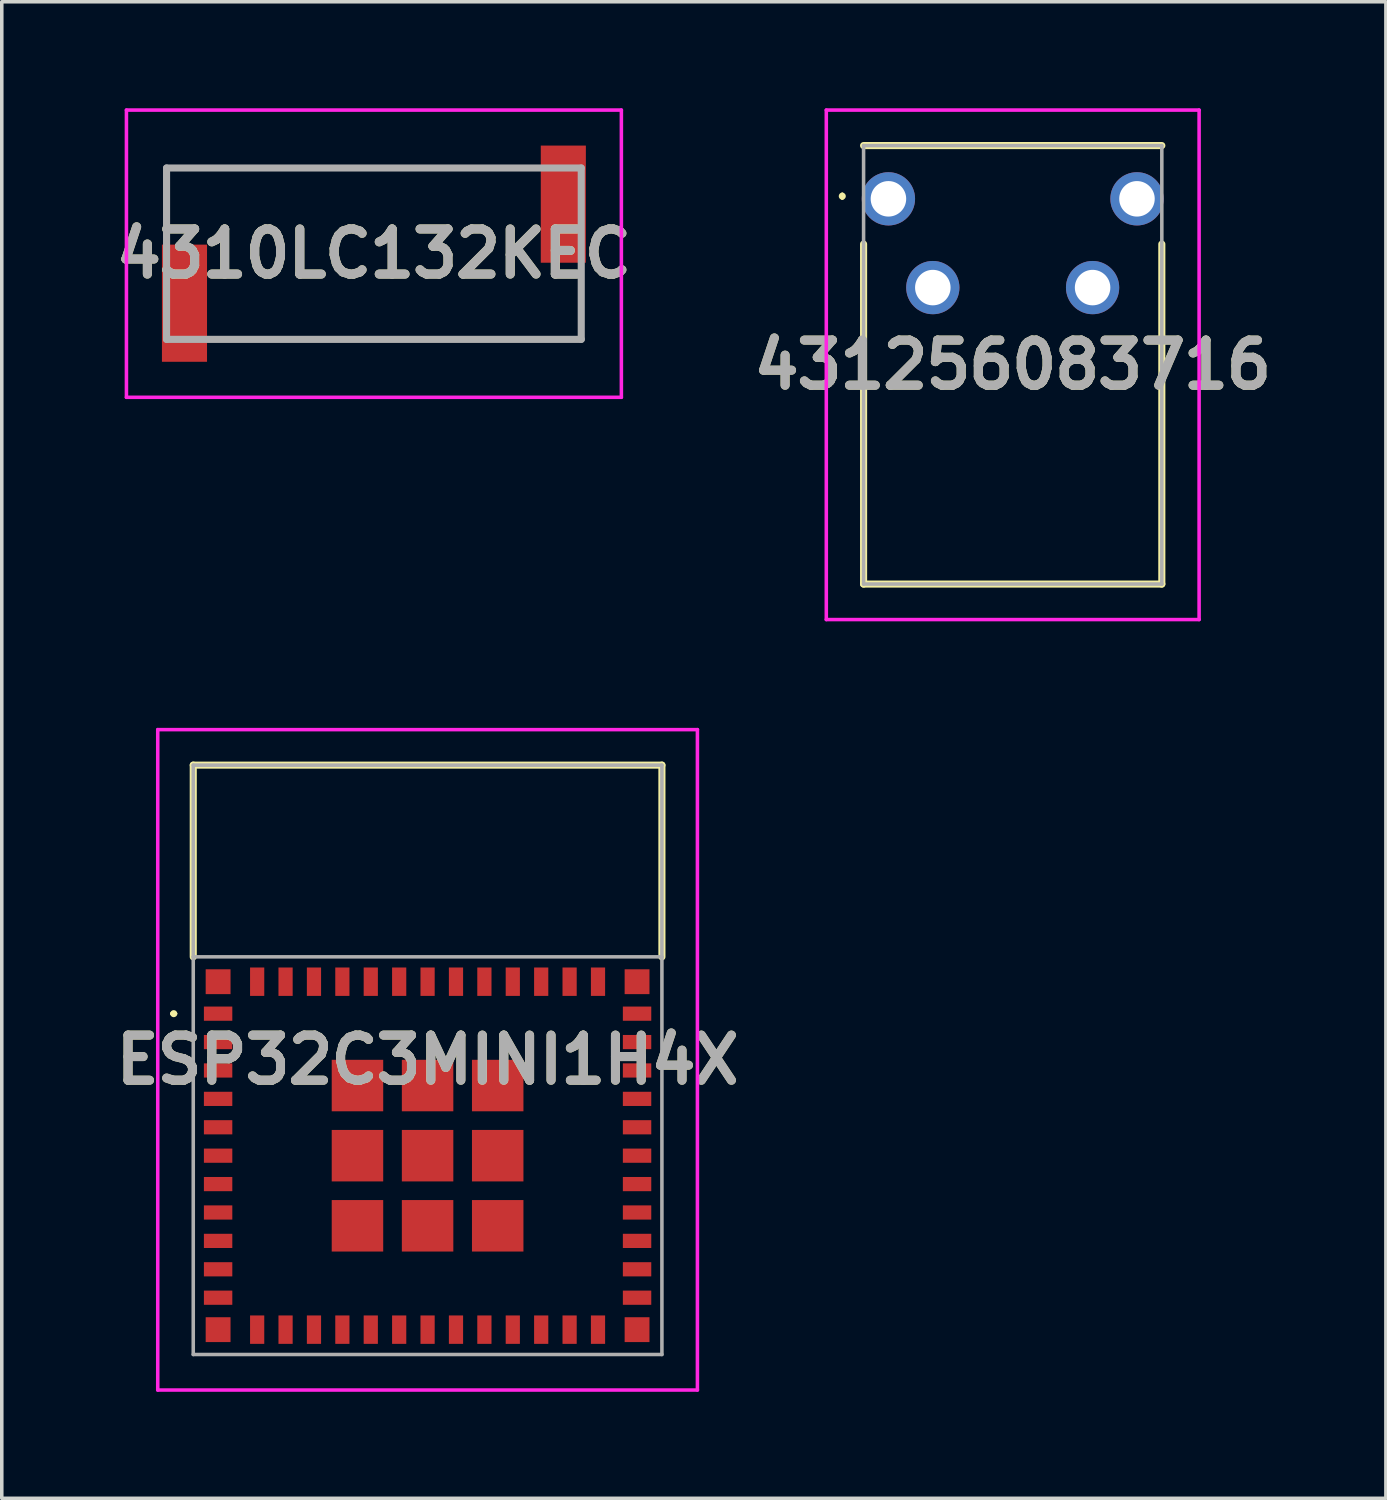
<source format=kicad_pcb>
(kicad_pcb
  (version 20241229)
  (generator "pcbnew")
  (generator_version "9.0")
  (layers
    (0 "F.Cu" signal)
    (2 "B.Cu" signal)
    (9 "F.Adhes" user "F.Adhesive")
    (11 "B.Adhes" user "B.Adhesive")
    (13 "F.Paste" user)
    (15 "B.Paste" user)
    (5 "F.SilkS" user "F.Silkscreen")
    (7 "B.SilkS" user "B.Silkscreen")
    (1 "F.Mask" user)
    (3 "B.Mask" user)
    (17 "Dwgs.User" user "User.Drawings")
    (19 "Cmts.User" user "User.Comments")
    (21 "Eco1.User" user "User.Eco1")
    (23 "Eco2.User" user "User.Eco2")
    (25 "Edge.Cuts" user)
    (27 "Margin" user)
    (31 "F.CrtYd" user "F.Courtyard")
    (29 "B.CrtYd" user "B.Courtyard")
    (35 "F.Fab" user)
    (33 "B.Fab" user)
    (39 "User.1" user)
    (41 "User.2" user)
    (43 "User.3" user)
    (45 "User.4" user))
  (footprint "431256083716"
    (layer "F.Cu")
    (at 21.973 2.55)
    (property "Reference" "431256083716" (at 3.5 4.675 0) (layer "F.SilkS") (effects (font (size 1.27 1.27) (thickness 0.254))))
    (attr through_hole)
    (fp_line (start -1.3 -0.125) (end -1.3 -0.125) (stroke (width 0.1) (type solid)) (layer "F.SilkS"))
    (fp_line (start -1.3 -0.025) (end -1.3 -0.025) (stroke (width 0.1) (type solid)) (layer "F.SilkS"))
    (fp_line (start -0.7 -1.5) (end 7.7 -1.5) (stroke (width 0.2) (type solid)) (layer "F.SilkS"))
    (fp_line (start -0.7 1.275) (end -0.7 10.85) (stroke (width 0.2) (type solid)) (layer "F.SilkS"))
    (fp_line (start -0.7 10.85) (end 7.7 10.85) (stroke (width 0.2) (type solid)) (layer "F.SilkS"))
    (fp_line (start 7.7 10.85) (end 7.7 1.275) (stroke (width 0.2) (type solid)) (layer "F.SilkS"))
    (fp_arc (start -1.3 -0.125) (mid -1.25 -0.075) (end -1.3 -0.025) (stroke (width 0.1) (type solid)) (layer "F.SilkS"))
    (fp_arc (start -1.3 -0.025) (mid -1.35 -0.075) (end -1.3 -0.125) (stroke (width 0.1) (type solid)) (layer "F.SilkS"))
    (fp_line (start -1.75 -2.5) (end 8.75 -2.5) (stroke (width 0.1) (type solid)) (layer "F.CrtYd"))
    (fp_line (start -1.75 11.85) (end -1.75 -2.5) (stroke (width 0.1) (type solid)) (layer "F.CrtYd"))
    (fp_line (start 8.75 -2.5) (end 8.75 11.85) (stroke (width 0.1) (type solid)) (layer "F.CrtYd"))
    (fp_line (start 8.75 11.85) (end -1.75 11.85) (stroke (width 0.1) (type solid)) (layer "F.CrtYd"))
    (fp_line (start -0.7 -1.5) (end 7.7 -1.5) (stroke (width 0.1) (type solid)) (layer "F.Fab"))
    (fp_line (start -0.7 10.85) (end -0.7 -1.5) (stroke (width 0.1) (type solid)) (layer "F.Fab"))
    (fp_line (start 7.7 -1.5) (end 7.7 10.85) (stroke (width 0.1) (type solid)) (layer "F.Fab"))
    (fp_line (start 7.7 10.85) (end -0.7 10.85) (stroke (width 0.1) (type solid)) (layer "F.Fab"))
    (fp_text user "${REFERENCE}" (at 3.5 4.675 0) (layer "F.Fab") (effects (font (size 1.27 1.27) (thickness 0.254))))
    (pad "1" thru_hole circle (at 0 0) (size 1.5 1.5) (drill 1) (layers "*.Cu" "*.Mask"))
    (pad "2" thru_hole circle (at 1.25 2.5) (size 1.5 1.5) (drill 1) (layers "*.Cu" "*.Mask"))
    (pad "3" thru_hole circle (at 5.75 2.5) (size 1.5 1.5) (drill 1) (layers "*.Cu" "*.Mask"))
    (pad "4" thru_hole circle (at 7 0) (size 1.5 1.5) (drill 1) (layers "*.Cu" "*.Mask")))
  (footprint "4310LC132KEC"
    (layer "F.Cu")
    (at 7.481 4.095)
    (property "Reference" "4310LC132KEC" (at 0 0 0) (layer "F.SilkS") (effects (font (size 1.27 1.27) (thickness 0.254))))
    (attr smd)
    (fp_line (start -5.84 -2.413) (end -5.84 -1) (stroke (width 0.1) (type solid)) (layer "F.SilkS"))
    (fp_line (start -4 2.413) (end 5.84 2.413) (stroke (width 0.1) (type solid)) (layer "F.SilkS"))
    (fp_line (start 4 -2.413) (end -5.84 -2.413) (stroke (width 0.1) (type solid)) (layer "F.SilkS"))
    (fp_line (start 5.84 2.413) (end 5.84 1) (stroke (width 0.1) (type solid)) (layer "F.SilkS"))
    (fp_line (start -6.97 -4.045) (end 6.97 -4.045) (stroke (width 0.1) (type solid)) (layer "F.CrtYd"))
    (fp_line (start -6.97 4.045) (end -6.97 -4.045) (stroke (width 0.1) (type solid)) (layer "F.CrtYd"))
    (fp_line (start 6.97 -4.045) (end 6.97 4.045) (stroke (width 0.1) (type solid)) (layer "F.CrtYd"))
    (fp_line (start 6.97 4.045) (end -6.97 4.045) (stroke (width 0.1) (type solid)) (layer "F.CrtYd"))
    (fp_line (start -5.84 -2.413) (end 5.84 -2.413) (stroke (width 0.2) (type solid)) (layer "F.Fab"))
    (fp_line (start -5.84 2.413) (end -5.84 -2.413) (stroke (width 0.2) (type solid)) (layer "F.Fab"))
    (fp_line (start 5.84 -2.413) (end 5.84 2.413) (stroke (width 0.2) (type solid)) (layer "F.Fab"))
    (fp_line (start 5.84 2.413) (end -5.84 2.413) (stroke (width 0.2) (type solid)) (layer "F.Fab"))
    (fp_text user "${REFERENCE}" (at 0 0 0) (layer "F.Fab") (effects (font (size 1.27 1.27) (thickness 0.254))))
    (pad "1" smd rect (at -5.335 1.395) (size 1.27 3.3) (layers "F.Cu" "F.Mask" "F.Paste"))
    (pad "2" smd rect (at 5.335 -1.395) (size 1.27 3.3) (layers "F.Cu" "F.Mask" "F.Paste")))
  (footprint "ESP32C3MINI1H4X"
    (layer "F.Cu")
    (at 8.993 26.8)
    (property "Reference" "ESP32C3MINI1H4X" (at 0 0 0) (layer "F.SilkS") (effects (font (size 1.27 1.27) (thickness 0.254))))
    (attr smd)
    (fp_line (start -7.2 -1.3) (end -7.2 -1.3) (stroke (width 0.1) (type solid)) (layer "F.SilkS"))
    (fp_line (start -7.1 -1.3) (end -7.1 -1.3) (stroke (width 0.1) (type solid)) (layer "F.SilkS"))
    (fp_line (start -6.6 -8.3) (end 6.6 -8.3) (stroke (width 0.2) (type solid)) (layer "F.SilkS"))
    (fp_line (start -6.6 -2.9) (end -6.6 -8.3) (stroke (width 0.2) (type solid)) (layer "F.SilkS"))
    (fp_line (start 6.6 -8.3) (end 6.6 -2.9) (stroke (width 0.2) (type solid)) (layer "F.SilkS"))
    (fp_arc (start -7.2 -1.3) (mid -7.15 -1.35) (end -7.1 -1.3) (stroke (width 0.1) (type solid)) (layer "F.SilkS"))
    (fp_arc (start -7.1 -1.3) (mid -7.15 -1.25) (end -7.2 -1.3) (stroke (width 0.1) (type solid)) (layer "F.SilkS"))
    (fp_line (start -7.6 -9.3) (end 7.6 -9.3) (stroke (width 0.1) (type solid)) (layer "F.CrtYd"))
    (fp_line (start -7.6 9.3) (end -7.6 -9.3) (stroke (width 0.1) (type solid)) (layer "F.CrtYd"))
    (fp_line (start 7.6 -9.3) (end 7.6 9.3) (stroke (width 0.1) (type solid)) (layer "F.CrtYd"))
    (fp_line (start 7.6 9.3) (end -7.6 9.3) (stroke (width 0.1) (type solid)) (layer "F.CrtYd"))
    (fp_line (start -6.6 -8.3) (end 6.6 -8.3) (stroke (width 0.1) (type solid)) (layer "F.Fab"))
    (fp_line (start -6.6 -2.9) (end -6.6 -8.3) (stroke (width 0.1) (type solid)) (layer "F.Fab"))
    (fp_line (start -6.6 -2.9) (end 6.6 -2.9) (stroke (width 0.1) (type solid)) (layer "F.Fab"))
    (fp_line (start -6.6 8.3) (end -6.6 -2.9) (stroke (width 0.1) (type solid)) (layer "F.Fab"))
    (fp_line (start 6.6 -8.3) (end 6.6 -2.9) (stroke (width 0.1) (type solid)) (layer "F.Fab"))
    (fp_line (start 6.6 -2.9) (end 6.6 8.3) (stroke (width 0.1) (type solid)) (layer "F.Fab"))
    (fp_line (start 6.6 8.3) (end -6.6 8.3) (stroke (width 0.1) (type solid)) (layer "F.Fab"))
    (fp_text user "${REFERENCE}" (at 0 0 0) (layer "F.Fab") (effects (font (size 1.27 1.27) (thickness 0.254))))
    (pad "1" smd rect (at -5.9 -1.3 90) (size 0.4 0.8) (layers "F.Cu" "F.Mask" "F.Paste"))
    (pad "2" smd rect (at -5.9 -0.5 90) (size 0.4 0.8) (layers "F.Cu" "F.Mask" "F.Paste"))
    (pad "3" smd rect (at -5.9 0.3 90) (size 0.4 0.8) (layers "F.Cu" "F.Mask" "F.Paste"))
    (pad "4" smd rect (at -5.9 1.1 90) (size 0.4 0.8) (layers "F.Cu" "F.Mask" "F.Paste"))
    (pad "5" smd rect (at -5.9 1.9 90) (size 0.4 0.8) (layers "F.Cu" "F.Mask" "F.Paste"))
    (pad "6" smd rect (at -5.9 2.7 90) (size 0.4 0.8) (layers "F.Cu" "F.Mask" "F.Paste"))
    (pad "7" smd rect (at -5.9 3.5 90) (size 0.4 0.8) (layers "F.Cu" "F.Mask" "F.Paste"))
    (pad "8" smd rect (at -5.9 4.3 90) (size 0.4 0.8) (layers "F.Cu" "F.Mask" "F.Paste"))
    (pad "9" smd rect (at -5.9 5.1 90) (size 0.4 0.8) (layers "F.Cu" "F.Mask" "F.Paste"))
    (pad "10" smd rect (at -5.9 5.9 90) (size 0.4 0.8) (layers "F.Cu" "F.Mask" "F.Paste"))
    (pad "11" smd rect (at -5.9 6.7 90) (size 0.4 0.8) (layers "F.Cu" "F.Mask" "F.Paste"))
    (pad "12" smd rect (at -4.8 7.6) (size 0.4 0.8) (layers "F.Cu" "F.Mask" "F.Paste"))
    (pad "13" smd rect (at -4 7.6) (size 0.4 0.8) (layers "F.Cu" "F.Mask" "F.Paste"))
    (pad "14" smd rect (at -3.2 7.6) (size 0.4 0.8) (layers "F.Cu" "F.Mask" "F.Paste"))
    (pad "15" smd rect (at -2.4 7.6) (size 0.4 0.8) (layers "F.Cu" "F.Mask" "F.Paste"))
    (pad "16" smd rect (at -1.6 7.6) (size 0.4 0.8) (layers "F.Cu" "F.Mask" "F.Paste"))
    (pad "17" smd rect (at -0.8 7.6) (size 0.4 0.8) (layers "F.Cu" "F.Mask" "F.Paste"))
    (pad "18" smd rect (at 0 7.6) (size 0.4 0.8) (layers "F.Cu" "F.Mask" "F.Paste"))
    (pad "19" smd rect (at 0.8 7.6) (size 0.4 0.8) (layers "F.Cu" "F.Mask" "F.Paste"))
    (pad "20" smd rect (at 1.6 7.6) (size 0.4 0.8) (layers "F.Cu" "F.Mask" "F.Paste"))
    (pad "21" smd rect (at 2.4 7.6) (size 0.4 0.8) (layers "F.Cu" "F.Mask" "F.Paste"))
    (pad "22" smd rect (at 3.2 7.6) (size 0.4 0.8) (layers "F.Cu" "F.Mask" "F.Paste"))
    (pad "23" smd rect (at 4 7.6) (size 0.4 0.8) (layers "F.Cu" "F.Mask" "F.Paste"))
    (pad "24" smd rect (at 4.8 7.6) (size 0.4 0.8) (layers "F.Cu" "F.Mask" "F.Paste"))
    (pad "25" smd rect (at 5.9 6.7 90) (size 0.4 0.8) (layers "F.Cu" "F.Mask" "F.Paste"))
    (pad "26" smd rect (at 5.9 5.9 90) (size 0.4 0.8) (layers "F.Cu" "F.Mask" "F.Paste"))
    (pad "27" smd rect (at 5.9 5.1 90) (size 0.4 0.8) (layers "F.Cu" "F.Mask" "F.Paste"))
    (pad "28" smd rect (at 5.9 4.3 90) (size 0.4 0.8) (layers "F.Cu" "F.Mask" "F.Paste"))
    (pad "29" smd rect (at 5.9 3.5 90) (size 0.4 0.8) (layers "F.Cu" "F.Mask" "F.Paste"))
    (pad "30" smd rect (at 5.9 2.7 90) (size 0.4 0.8) (layers "F.Cu" "F.Mask" "F.Paste"))
    (pad "31" smd rect (at 5.9 1.9 90) (size 0.4 0.8) (layers "F.Cu" "F.Mask" "F.Paste"))
    (pad "32" smd rect (at 5.9 1.1 90) (size 0.4 0.8) (layers "F.Cu" "F.Mask" "F.Paste"))
    (pad "33" smd rect (at 5.9 0.3 90) (size 0.4 0.8) (layers "F.Cu" "F.Mask" "F.Paste"))
    (pad "34" smd rect (at 5.9 -0.5 90) (size 0.4 0.8) (layers "F.Cu" "F.Mask" "F.Paste"))
    (pad "35" smd rect (at 5.9 -1.3 90) (size 0.4 0.8) (layers "F.Cu" "F.Mask" "F.Paste"))
    (pad "36" smd rect (at 4.8 -2.2) (size 0.4 0.8) (layers "F.Cu" "F.Mask" "F.Paste"))
    (pad "37" smd rect (at 4 -2.2) (size 0.4 0.8) (layers "F.Cu" "F.Mask" "F.Paste"))
    (pad "38" smd rect (at 3.2 -2.2) (size 0.4 0.8) (layers "F.Cu" "F.Mask" "F.Paste"))
    (pad "39" smd rect (at 2.4 -2.2) (size 0.4 0.8) (layers "F.Cu" "F.Mask" "F.Paste"))
    (pad "40" smd rect (at 1.6 -2.2) (size 0.4 0.8) (layers "F.Cu" "F.Mask" "F.Paste"))
    (pad "41" smd rect (at 0.8 -2.2) (size 0.4 0.8) (layers "F.Cu" "F.Mask" "F.Paste"))
    (pad "42" smd rect (at 0 -2.2) (size 0.4 0.8) (layers "F.Cu" "F.Mask" "F.Paste"))
    (pad "43" smd rect (at -0.8 -2.2) (size 0.4 0.8) (layers "F.Cu" "F.Mask" "F.Paste"))
    (pad "44" smd rect (at -1.6 -2.2) (size 0.4 0.8) (layers "F.Cu" "F.Mask" "F.Paste"))
    (pad "45" smd rect (at -2.4 -2.2) (size 0.4 0.8) (layers "F.Cu" "F.Mask" "F.Paste"))
    (pad "46" smd rect (at -3.2 -2.2) (size 0.4 0.8) (layers "F.Cu" "F.Mask" "F.Paste"))
    (pad "47" smd rect (at -4 -2.2) (size 0.4 0.8) (layers "F.Cu" "F.Mask" "F.Paste"))
    (pad "48" smd rect (at -4.8 -2.2) (size 0.4 0.8) (layers "F.Cu" "F.Mask" "F.Paste"))
    (pad "49" smd rect (at 0 2.7) (size 1.45 1.45) (layers "F.Cu" "F.Mask" "F.Paste"))
    (pad "50" smd rect (at 5.9 -2.2) (size 0.7 0.7) (layers "F.Cu" "F.Mask" "F.Paste"))
    (pad "51" smd rect (at 5.9 7.6) (size 0.7 0.7) (layers "F.Cu" "F.Mask" "F.Paste"))
    (pad "52" smd rect (at -5.9 7.6) (size 0.7 0.7) (layers "F.Cu" "F.Mask" "F.Paste"))
    (pad "53" smd rect (at -5.9 -2.2) (size 0.7 0.7) (layers "F.Cu" "F.Mask" "F.Paste"))
    (pad "54" smd rect (at -1.975 2.7) (size 1.45 1.45) (layers "F.Cu" "F.Mask" "F.Paste"))
    (pad "55" smd rect (at -1.975 4.675) (size 1.45 1.45) (layers "F.Cu" "F.Mask" "F.Paste"))
    (pad "56" smd rect (at 0 4.675) (size 1.45 1.45) (layers "F.Cu" "F.Mask" "F.Paste"))
    (pad "57" smd rect (at 1.975 4.675) (size 1.45 1.45) (layers "F.Cu" "F.Mask" "F.Paste"))
    (pad "58" smd rect (at 1.975 2.7) (size 1.45 1.45) (layers "F.Cu" "F.Mask" "F.Paste"))
    (pad "59" smd rect (at 1.975 0.725) (size 1.45 1.45) (layers "F.Cu" "F.Mask" "F.Paste"))
    (pad "60" smd rect (at 0 0.725) (size 1.45 1.45) (layers "F.Cu" "F.Mask" "F.Paste"))
    (pad "61" smd rect (at -1.975 0.725) (size 1.45 1.45) (layers "F.Cu" "F.Mask" "F.Paste")))
  (gr_rect
    (start -3 -3)
    (end 35.984 39.15)
    (stroke (width 0.1) (type default))
    (fill no)
    (layer "Edge.Cuts")))
</source>
